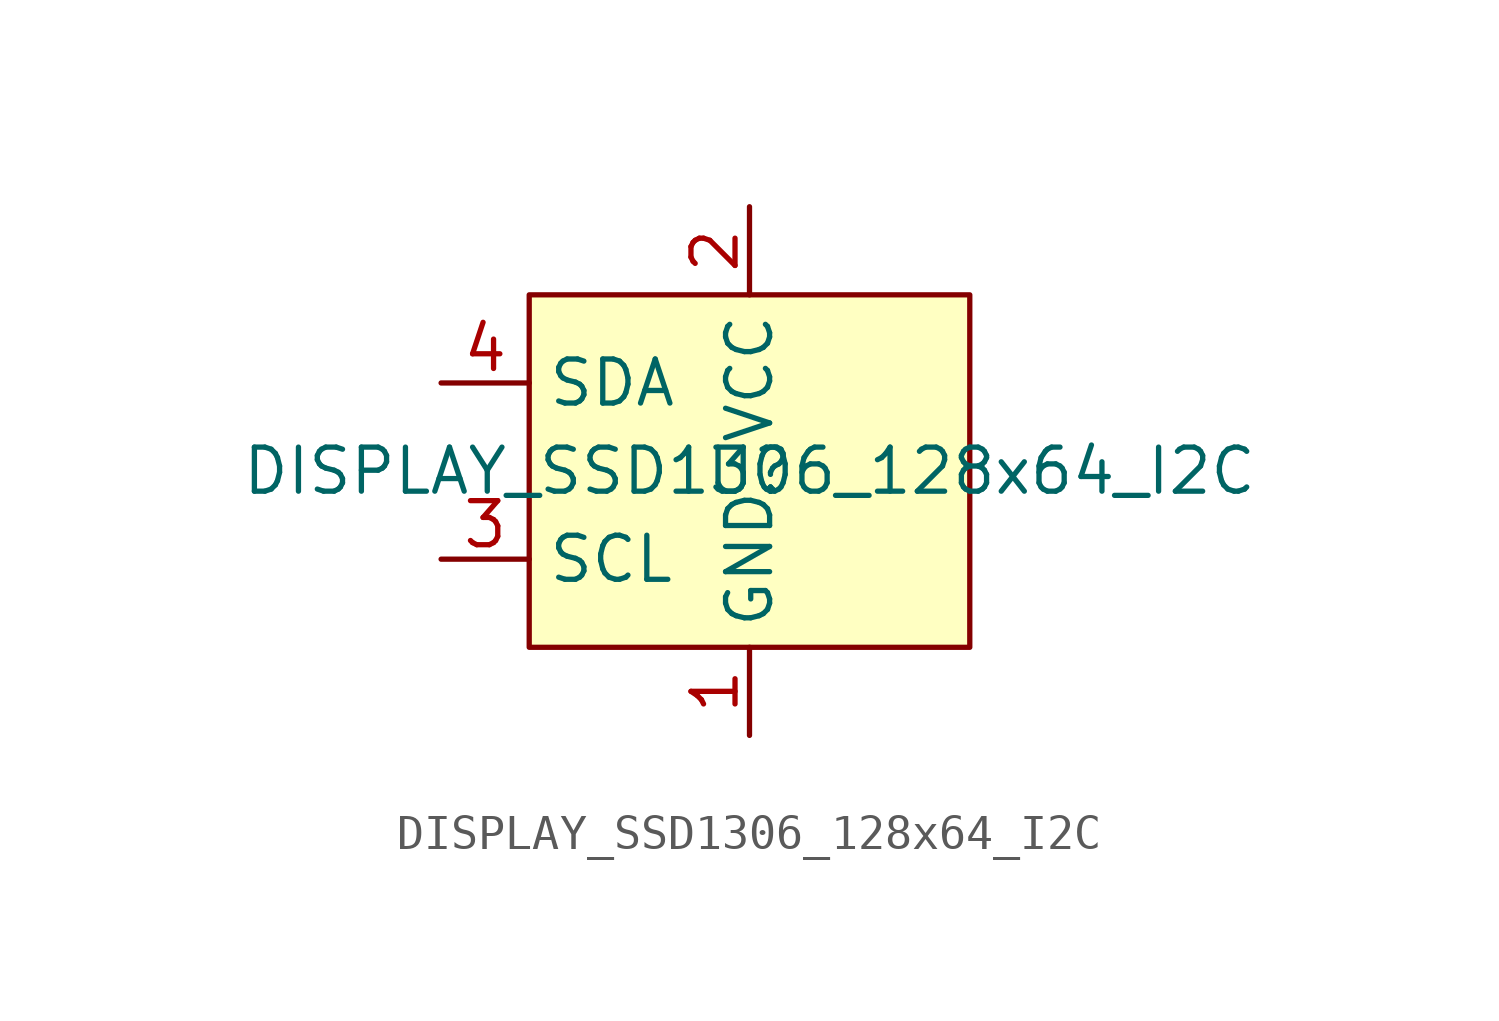
<source format=kicad_sym>
(kicad_symbol_lib
  (version 20211014)
  (generator kicad_symbol_editor)
  (symbol "DISPLAY_SSD1306_128x64_I2C"
    (property "Reference" "U"
      (at 0 0 0)
      (effects (font (size 1.27 1.27))))
    (property "Value" "DISPLAY_SSD1306_128x64_I2C"
      (at 0 0 0)
      (effects (font (size 1.27 1.27))))
    (symbol "DISPLAY_SSD1306_128x64_I2C_0_1"
      (rectangle (start -6.35 5.08) (end 6.35 -5.08) (stroke (width 0) (type default) (color 0 0 0 0)) (fill (type background))))
    (symbol "DISPLAY_SSD1306_128x64_I2C_1_1"
      (pin input line (at 0 -7.62 90) (length 2.54) (name "GND" (effects (font (size 1.27 1.27)))) (number "1" (effects (font (size 1.27 1.27)))))
      (pin input line (at 0 7.62 270) (length 2.54) (name "VCC" (effects (font (size 1.27 1.27)))) (number "2" (effects (font (size 1.27 1.27)))))
      (pin input line (at -8.89 -2.54 0) (length 2.54) (name "SCL" (effects (font (size 1.27 1.27)))) (number "3" (effects (font (size 1.27 1.27)))))
      (pin input line (at -8.89 2.54 0) (length 2.54) (name "SDA" (effects (font (size 1.27 1.27)))) (number "4" (effects (font (size 1.27 1.27))))))))
</source>
